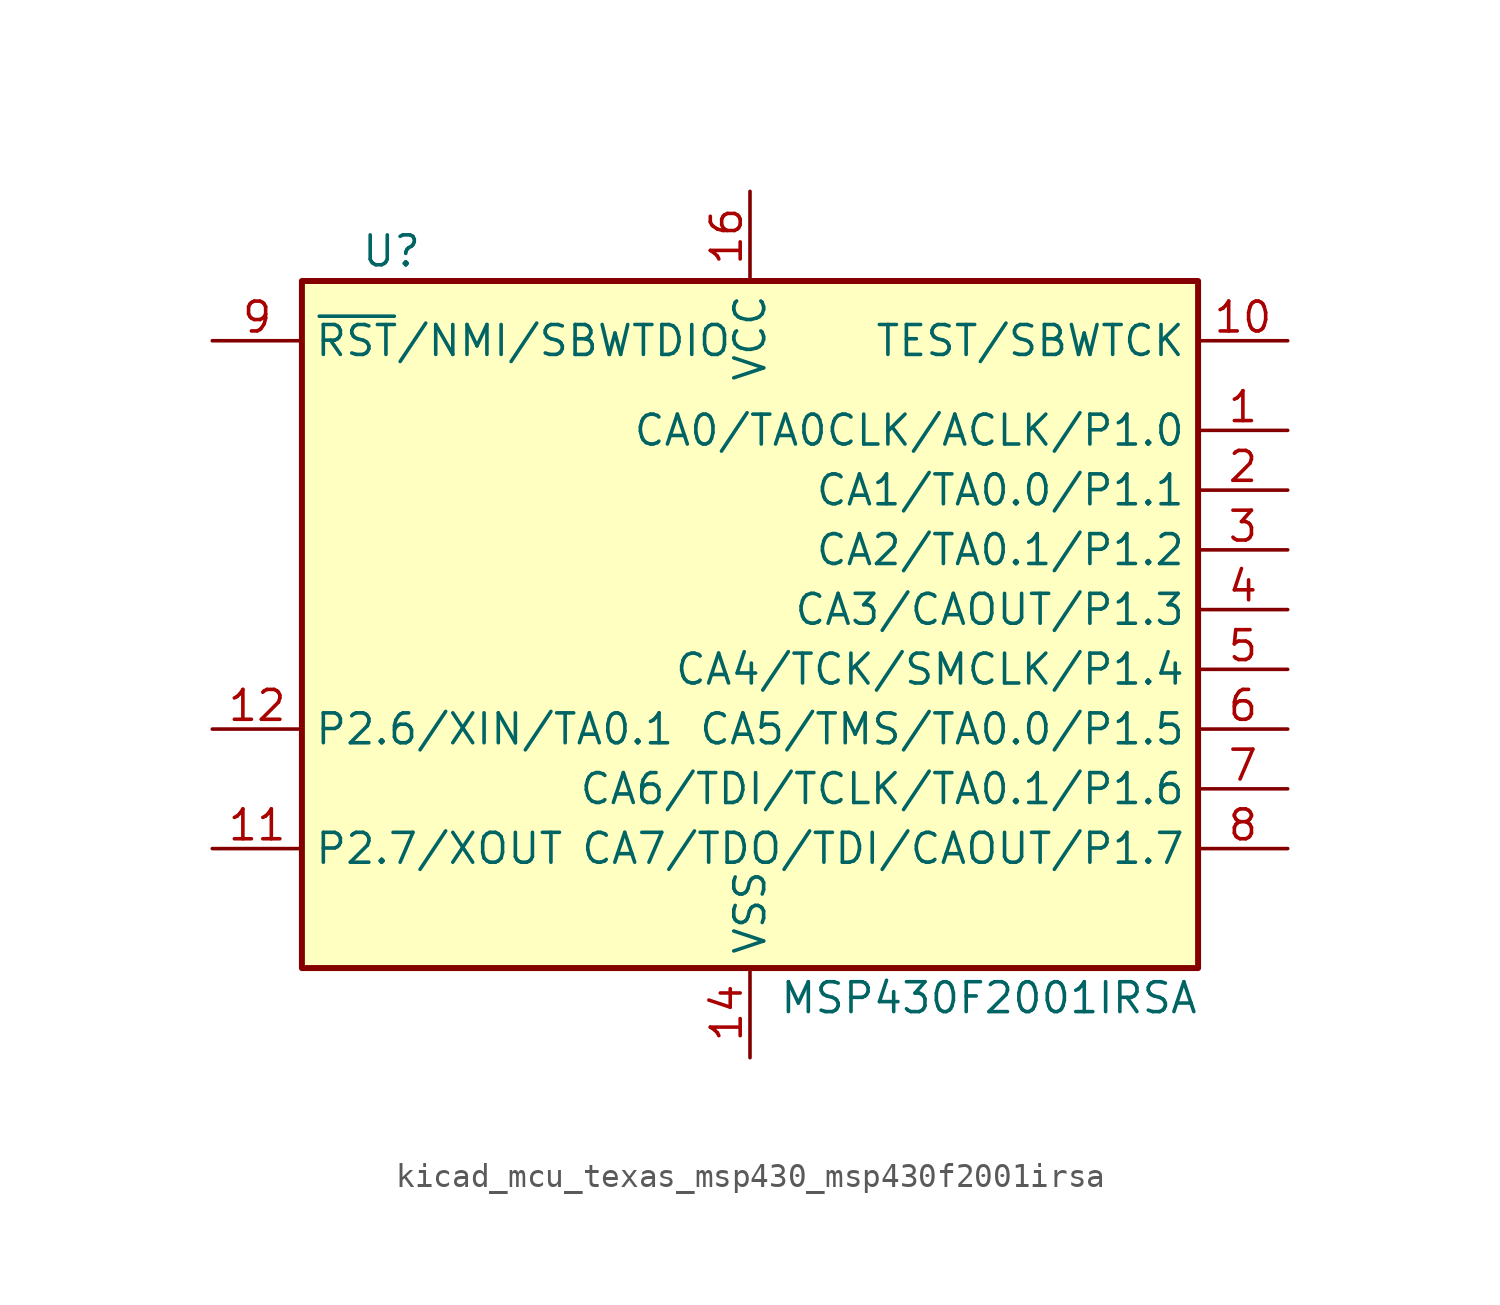
<source format=kicad_sym>
(kicad_symbol_lib
  (version 20220914)
  (generator kicad_symbol_editor)
  (symbol "kicad_mcu_texas_msp430_msp430f2001irsa"
    (property "Reference" "U"
      (at -15.24 15.24 0)
      (effects (font (size 1.27 1.27))))
    (property "Value" "MSP430F2001IRSA"
      (at 10.16 -16.51 0)
      (effects (font (size 1.27 1.27))))
    (symbol "kicad_mcu_texas_msp430_msp430f2001irsa_0_1"
      (rectangle (start -19.05 13.97) (end 19.05 -15.24) (stroke (width 0.254) (type default)) (fill (type background))))
    (symbol "kicad_mcu_texas_msp430_msp430f2001irsa_1_1"
      (pin bidirectional line (at 22.86 7.62 180) (length 3.81) (name "CA0/TA0CLK/ACLK/P1.0" (effects (font (size 1.27 1.27)))) (number "1" (effects (font (size 1.27 1.27)))))
      (pin input line (at 22.86 11.43 180) (length 3.81) (name "TEST/SBWTCK" (effects (font (size 1.27 1.27)))) (number "10" (effects (font (size 1.27 1.27)))))
      (pin bidirectional line (at -22.86 -10.16 0) (length 3.81) (name "P2.7/XOUT" (effects (font (size 1.27 1.27)))) (number "11" (effects (font (size 1.27 1.27)))))
      (pin bidirectional line (at -22.86 -5.08 0) (length 3.81) (name "P2.6/XIN/TA0.1" (effects (font (size 1.27 1.27)))) (number "12" (effects (font (size 1.27 1.27)))))
      (pin power_in line (at 0 -19.05 90) (length 3.81) (name "VSS" (effects (font (size 1.27 1.27)))) (number "14" (effects (font (size 1.27 1.27)))))
      (pin power_in line (at 0 17.78 270) (length 3.81) (name "VCC" (effects (font (size 1.27 1.27)))) (number "16" (effects (font (size 1.27 1.27)))))
      (pin bidirectional line (at 22.86 5.08 180) (length 3.81) (name "CA1/TA0.0/P1.1" (effects (font (size 1.27 1.27)))) (number "2" (effects (font (size 1.27 1.27)))))
      (pin bidirectional line (at 22.86 2.54 180) (length 3.81) (name "CA2/TA0.1/P1.2" (effects (font (size 1.27 1.27)))) (number "3" (effects (font (size 1.27 1.27)))))
      (pin bidirectional line (at 22.86 0 180) (length 3.81) (name "CA3/CAOUT/P1.3" (effects (font (size 1.27 1.27)))) (number "4" (effects (font (size 1.27 1.27)))))
      (pin bidirectional line (at 22.86 -2.54 180) (length 3.81) (name "CA4/TCK/SMCLK/P1.4" (effects (font (size 1.27 1.27)))) (number "5" (effects (font (size 1.27 1.27)))))
      (pin bidirectional line (at 22.86 -5.08 180) (length 3.81) (name "CA5/TMS/TA0.0/P1.5" (effects (font (size 1.27 1.27)))) (number "6" (effects (font (size 1.27 1.27)))))
      (pin bidirectional line (at 22.86 -7.62 180) (length 3.81) (name "CA6/TDI/TCLK/TA0.1/P1.6" (effects (font (size 1.27 1.27)))) (number "7" (effects (font (size 1.27 1.27)))))
      (pin bidirectional line (at 22.86 -10.16 180) (length 3.81) (name "CA7/TDO/TDI/CAOUT/P1.7" (effects (font (size 1.27 1.27)))) (number "8" (effects (font (size 1.27 1.27)))))
      (pin input line (at -22.86 11.43 0) (length 3.81) (name "~{RST}/NMI/SBWTDIO" (effects (font (size 1.27 1.27)))) (number "9" (effects (font (size 1.27 1.27))))))))
</source>
